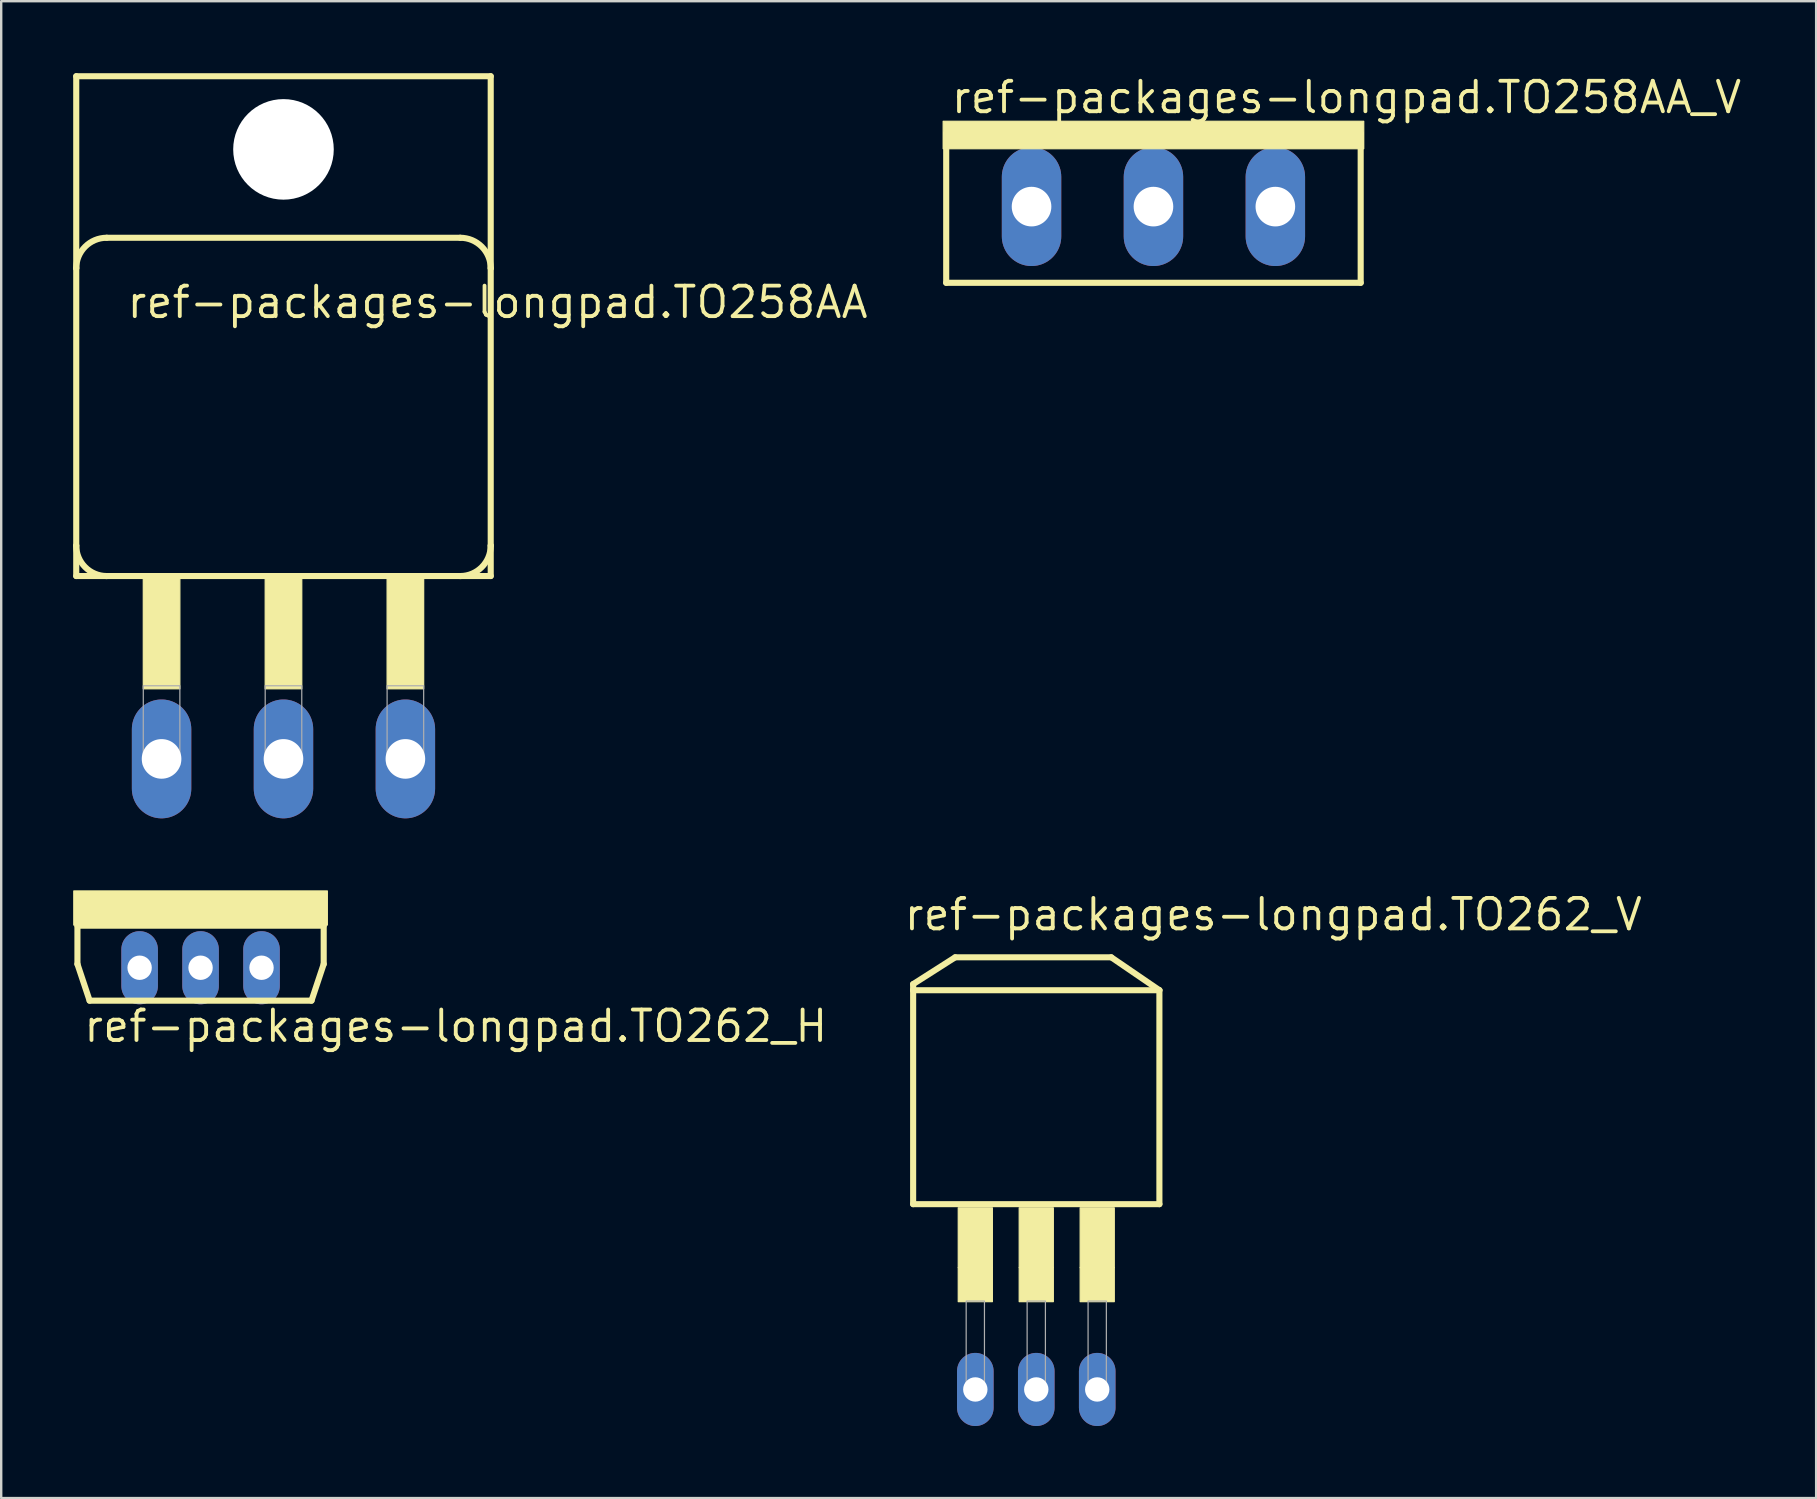
<source format=kicad_pcb>
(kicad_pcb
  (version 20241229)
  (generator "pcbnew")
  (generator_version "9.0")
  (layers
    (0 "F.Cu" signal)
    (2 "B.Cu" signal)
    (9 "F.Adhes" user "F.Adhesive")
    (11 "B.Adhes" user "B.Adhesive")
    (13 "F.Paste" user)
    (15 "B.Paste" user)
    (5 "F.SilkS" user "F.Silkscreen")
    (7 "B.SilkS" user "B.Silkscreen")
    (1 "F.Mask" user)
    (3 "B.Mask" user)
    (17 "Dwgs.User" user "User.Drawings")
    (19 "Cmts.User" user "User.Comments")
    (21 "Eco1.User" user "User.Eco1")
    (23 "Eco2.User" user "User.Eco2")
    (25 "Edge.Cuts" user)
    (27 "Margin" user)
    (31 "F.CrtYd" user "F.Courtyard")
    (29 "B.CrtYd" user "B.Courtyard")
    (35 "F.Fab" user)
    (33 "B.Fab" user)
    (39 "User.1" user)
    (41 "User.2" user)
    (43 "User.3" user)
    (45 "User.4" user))
  (footprint "ref-packages-longpad.TO262_H"
    (layer "F.Cu")
    (at 5.308 37.277)
    (property "Reference" "ref-packages-longpad.TO262_H" (at -4.953 3.175 0) (layer "F.SilkS") (effects (font (size 1.27 1.27) (thickness 0.16)) (justify left bottom)))
    (attr through_hole)
    (fp_line (start -5.131 -1.753) (end -5.131 -0.152) (stroke (width 0.254) (type default)) (layer "F.SilkS"))
    (fp_line (start -5.131 -1.753) (end 5.131 -1.753) (stroke (width 0.254) (type default)) (layer "F.SilkS"))
    (fp_line (start -5.131 -0.152) (end -4.623 1.372) (stroke (width 0.254) (type default)) (layer "F.SilkS"))
    (fp_line (start -4.623 1.372) (end 4.623 1.372) (stroke (width 0.254) (type default)) (layer "F.SilkS"))
    (fp_line (start 4.623 1.372) (end 5.131 -0.152) (stroke (width 0.254) (type default)) (layer "F.SilkS"))
    (fp_line (start 5.131 -0.152) (end 5.131 -1.753) (stroke (width 0.254) (type default)) (layer "F.SilkS"))
    (fp_rect (start -5.283 -1.778) (end 5.283 -3.2) (stroke (width 0.05) (type default)) (fill yes) (layer "F.SilkS"))
    (pad "1" thru_hole oval (at -2.54 0 90) (size 3.048 1.524) (drill 1.016) (layers "*.Cu" "*.Mask"))
    (pad "2" thru_hole oval (at 0 0 90) (size 3.048 1.524) (drill 1.016) (layers "*.Cu" "*.Mask"))
    (pad "3" thru_hole oval (at 2.54 0 90) (size 3.048 1.524) (drill 1.016) (layers "*.Cu" "*.Mask")))
  (footprint "ref-packages-longpad.TO262_V"
    (layer "F.Cu")
    (at 40.133 42.151)
    (property "Reference" "ref-packages-longpad.TO262_V" (at -5.588 -6.35 0) (layer "F.SilkS") (effects (font (size 1.27 1.27) (thickness 0.16)) (justify left bottom)))
    (attr through_hole)
    (fp_line (start -5.131 -4.191) (end -5.131 -3.937) (stroke (width 0.254) (type default)) (layer "F.SilkS"))
    (fp_line (start -5.131 -3.937) (end -5.131 4.978) (stroke (width 0.254) (type default)) (layer "F.SilkS"))
    (fp_line (start -5.131 -3.937) (end 5.131 -3.937) (stroke (width 0.254) (type default)) (layer "F.SilkS"))
    (fp_line (start -5.131 4.978) (end 5.131 4.978) (stroke (width 0.254) (type default)) (layer "F.SilkS"))
    (fp_line (start -3.378 -5.309) (end -5.131 -4.191) (stroke (width 0.254) (type default)) (layer "F.SilkS"))
    (fp_line (start 3.124 -5.309) (end -3.378 -5.309) (stroke (width 0.254) (type default)) (layer "F.SilkS"))
    (fp_line (start 5.131 -3.937) (end 3.124 -5.309) (stroke (width 0.254) (type default)) (layer "F.SilkS"))
    (fp_line (start 5.131 4.978) (end 5.131 -3.937) (stroke (width 0.254) (type default)) (layer "F.SilkS"))
    (fp_rect (start -3.251 7.62) (end -1.829 5.131) (stroke (width 0.05) (type default)) (fill yes) (layer "F.SilkS"))
    (fp_rect (start -3.251 9.042) (end -1.829 7.62) (stroke (width 0.05) (type default)) (fill yes) (layer "F.SilkS"))
    (fp_rect (start -0.711 7.62) (end 0.711 5.131) (stroke (width 0.05) (type default)) (fill yes) (layer "F.SilkS"))
    (fp_rect (start -0.711 9.042) (end 0.711 7.62) (stroke (width 0.05) (type default)) (fill yes) (layer "F.SilkS"))
    (fp_rect (start 1.829 7.62) (end 3.251 5.131) (stroke (width 0.05) (type default)) (fill yes) (layer "F.SilkS"))
    (fp_rect (start 1.829 9.042) (end 3.251 7.62) (stroke (width 0.05) (type default)) (fill yes) (layer "F.SilkS"))
    (fp_rect (start -2.921 12.954) (end -2.159 9.017) (stroke (width 0.05) (type default)) (fill no) (layer "F.Fab"))
    (fp_rect (start -0.381 12.954) (end 0.381 9.017) (stroke (width 0.05) (type default)) (fill no) (layer "F.Fab"))
    (fp_rect (start 2.159 12.954) (end 2.921 9.017) (stroke (width 0.05) (type default)) (fill no) (layer "F.Fab"))
    (pad "1" thru_hole oval (at -2.54 12.7 90) (size 3.048 1.524) (drill 1.016) (layers "*.Cu" "*.Mask"))
    (pad "2" thru_hole oval (at 0 12.7 90) (size 3.048 1.524) (drill 1.016) (layers "*.Cu" "*.Mask"))
    (pad "3" thru_hole oval (at 2.54 12.7 90) (size 3.048 1.524) (drill 1.016) (layers "*.Cu" "*.Mask")))
  (footprint "ref-packages-longpad.TO258AA_V"
    (layer "F.Cu")
    (at 45.016 5.56)
    (property "Reference" "ref-packages-longpad.TO258AA_V" (at -8.509 -3.81 0) (layer "F.SilkS") (effects (font (size 1.27 1.27) (thickness 0.16)) (justify left bottom)))
    (attr through_hole)
    (fp_line (start -8.636 -3.048) (end -8.636 3.175) (stroke (width 0.254) (type default)) (layer "F.SilkS"))
    (fp_line (start -8.636 3.175) (end 8.636 3.175) (stroke (width 0.254) (type default)) (layer "F.SilkS"))
    (fp_line (start 8.636 -3.048) (end -8.636 -3.048) (stroke (width 0.254) (type default)) (layer "F.SilkS"))
    (fp_line (start 8.636 3.175) (end 8.636 -3.048) (stroke (width 0.254) (type default)) (layer "F.SilkS"))
    (fp_rect (start -8.763 -2.413) (end 8.763 -3.556) (stroke (width 0.05) (type default)) (fill yes) (layer "F.SilkS"))
    (pad "1-D" thru_hole oval (at -5.08 0 90) (size 4.953 2.477) (drill 1.651) (layers "*.Cu" "*.Mask"))
    (pad "2-S" thru_hole oval (at 0 0 90) (size 4.953 2.477) (drill 1.651) (layers "*.Cu" "*.Mask"))
    (pad "3-G" thru_hole oval (at 5.08 0 90) (size 4.953 2.477) (drill 1.651) (layers "*.Cu" "*.Mask")))
  (footprint "ref-packages-longpad.TO258AA"
    (layer "F.Cu")
    (at 8.763 3.175)
    (property "Reference" "ref-packages-longpad.TO258AA" (at -6.604 7.112 0) (layer "F.SilkS") (effects (font (size 1.27 1.27) (thickness 0.16)) (justify left bottom)))
    (attr through_hole)
    (fp_line (start -8.636 -3.048) (end -8.636 4.953) (stroke (width 0.254) (type default)) (layer "F.SilkS"))
    (fp_line (start -8.636 4.953) (end -8.636 16.51) (stroke (width 0.254) (type default)) (layer "F.SilkS"))
    (fp_line (start -8.636 16.51) (end -8.636 17.78) (stroke (width 0.254) (type default)) (layer "F.SilkS"))
    (fp_line (start -8.636 17.78) (end -7.366 17.78) (stroke (width 0.254) (type default)) (layer "F.SilkS"))
    (fp_line (start -7.366 17.78) (end 7.366 17.78) (stroke (width 0.254) (type default)) (layer "F.SilkS"))
    (fp_line (start 7.366 3.683) (end -7.366 3.683) (stroke (width 0.254) (type default)) (layer "F.SilkS"))
    (fp_line (start 7.366 17.78) (end 8.636 17.78) (stroke (width 0.254) (type default)) (layer "F.SilkS"))
    (fp_line (start 8.636 -3.048) (end -8.636 -3.048) (stroke (width 0.254) (type default)) (layer "F.SilkS"))
    (fp_line (start 8.636 4.953) (end 8.636 -3.048) (stroke (width 0.254) (type default)) (layer "F.SilkS"))
    (fp_line (start 8.636 16.51) (end 8.636 4.953) (stroke (width 0.254) (type default)) (layer "F.SilkS"))
    (fp_line (start 8.636 17.78) (end 8.636 16.51) (stroke (width 0.254) (type default)) (layer "F.SilkS"))
    (fp_rect (start -5.842 22.479) (end -4.318 17.78) (stroke (width 0.05) (type default)) (fill yes) (layer "F.SilkS"))
    (fp_rect (start -0.762 22.479) (end 0.762 17.78) (stroke (width 0.05) (type default)) (fill yes) (layer "F.SilkS"))
    (fp_rect (start 4.318 22.479) (end 5.842 17.78) (stroke (width 0.05) (type default)) (fill yes) (layer "F.SilkS"))
    (fp_arc (start -8.636 4.953) (mid -8.264026 4.054974) (end -7.366 3.683) (stroke (width 0.254) (type default)) (layer "F.SilkS"))
    (fp_arc (start -7.366 17.78) (mid -8.264026 17.408026) (end -8.636 16.51) (stroke (width 0.254) (type default)) (layer "F.SilkS"))
    (fp_arc (start 7.366 3.683) (mid 8.264026 4.054974) (end 8.636 4.953) (stroke (width 0.254) (type default)) (layer "F.SilkS"))
    (fp_arc (start 8.636 16.51) (mid 8.264026 17.408026) (end 7.366 17.78) (stroke (width 0.254) (type default)) (layer "F.SilkS"))
    (fp_rect (start -5.842 25.654) (end -4.318 22.352) (stroke (width 0.05) (type default)) (fill no) (layer "F.Fab"))
    (fp_rect (start -0.762 25.654) (end 0.762 22.352) (stroke (width 0.05) (type default)) (fill no) (layer "F.Fab"))
    (fp_rect (start 4.318 25.654) (end 5.842 22.352) (stroke (width 0.05) (type default)) (fill no) (layer "F.Fab"))
    (pad "" np_thru_hole circle (at 0 0) (size 4.191 4.191) (drill 4.191) (layers "*.Cu" "*.Mask"))
    (pad "1-D" thru_hole oval (at -5.08 25.4 90) (size 4.953 2.477) (drill 1.651) (layers "*.Cu" "*.Mask"))
    (pad "2-S" thru_hole oval (at 0 25.4 90) (size 4.953 2.477) (drill 1.651) (layers "*.Cu" "*.Mask"))
    (pad "3-G" thru_hole oval (at 5.08 25.4 90) (size 4.953 2.477) (drill 1.651) (layers "*.Cu" "*.Mask")))
  (gr_rect
    (start -3 -3)
    (end 72.632 59.376)
    (stroke (width 0.1) (type default))
    (fill no)
    (layer "Edge.Cuts")))
</source>
